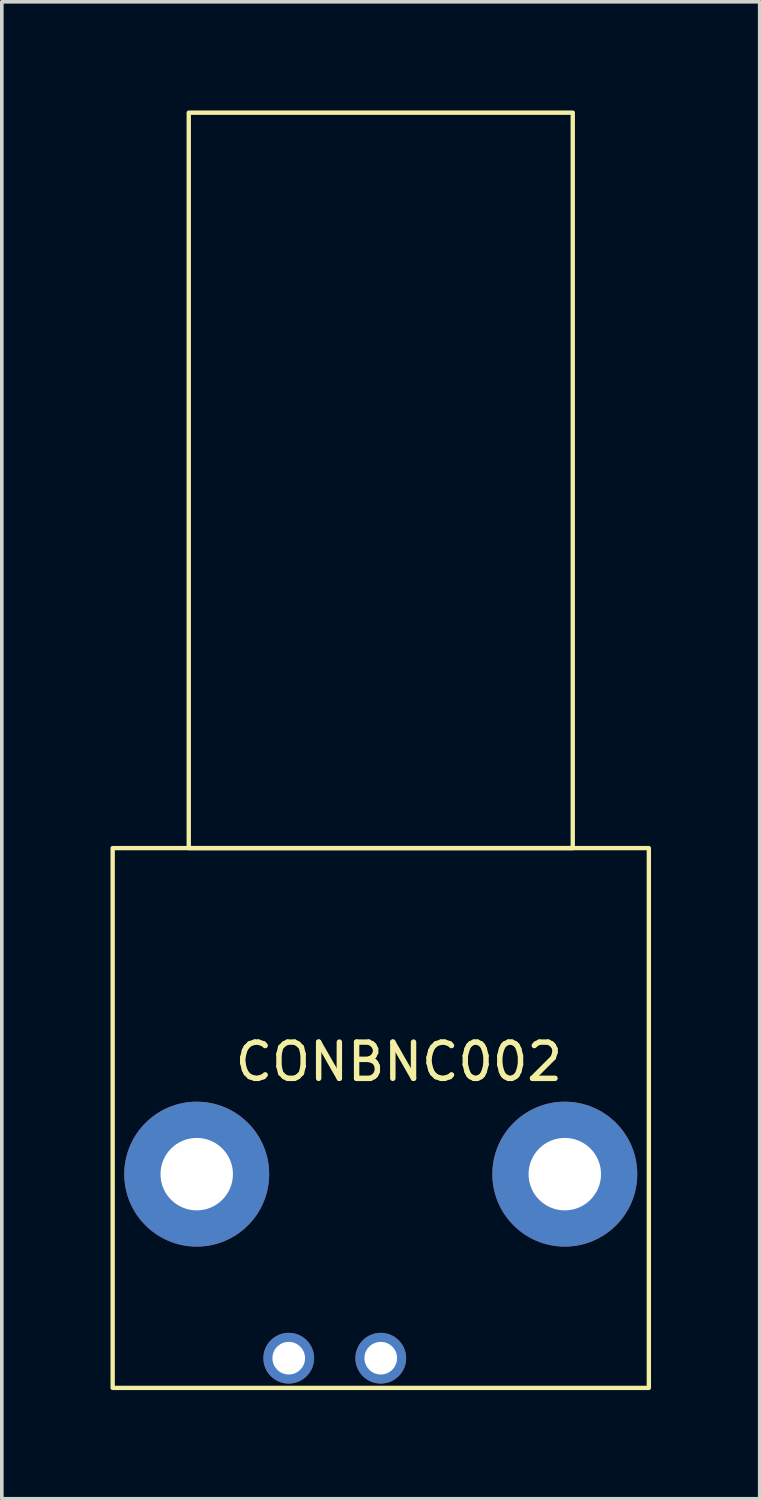
<source format=kicad_pcb>
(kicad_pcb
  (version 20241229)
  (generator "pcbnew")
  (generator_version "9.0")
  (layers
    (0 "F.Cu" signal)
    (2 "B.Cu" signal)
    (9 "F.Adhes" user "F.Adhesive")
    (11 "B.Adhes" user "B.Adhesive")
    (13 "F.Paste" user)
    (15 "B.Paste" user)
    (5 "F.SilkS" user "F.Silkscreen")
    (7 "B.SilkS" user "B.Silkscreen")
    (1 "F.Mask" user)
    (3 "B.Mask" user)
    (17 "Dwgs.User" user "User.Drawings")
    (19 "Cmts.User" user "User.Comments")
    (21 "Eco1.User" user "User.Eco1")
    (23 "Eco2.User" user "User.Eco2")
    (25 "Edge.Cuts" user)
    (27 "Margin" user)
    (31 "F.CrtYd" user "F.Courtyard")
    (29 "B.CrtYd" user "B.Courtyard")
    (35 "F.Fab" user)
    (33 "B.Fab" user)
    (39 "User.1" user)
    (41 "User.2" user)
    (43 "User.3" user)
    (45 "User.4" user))
  (footprint "CONBNC002"
    (layer "F.Cu")
    (at 7.46 29.36)
    (property "Reference" "CONBNC002" (at 0.5 -3.1 0) (unlocked yes) (layer "F.SilkS") (effects (font (size 1 1) (thickness 0.15))))
    (attr through_hole)
    (fp_rect (start -7.4 -9) (end 7.4 5.9) (stroke (width 0.12) (type solid)) (fill no) (layer "F.SilkS"))
    (fp_rect (start -5.3 -9) (end 5.3 -29.3) (stroke (width 0.12) (type solid)) (fill no) (layer "F.SilkS"))
    (pad "1" thru_hole circle (at 0 5.08 90) (size 1.4 1.4) (drill 0.9) (layers "*.Cu" "*.Mask"))
    (pad "2" thru_hole circle (at -2.54 5.08 90) (size 1.4 1.4) (drill 0.9) (layers "*.Cu" "*.Mask"))
    (pad "~" thru_hole circle (at -5.08 0 90) (size 4 4) (drill 2) (layers "*.Cu" "*.Mask"))
    (pad "~" thru_hole circle (at 5.08 0 90) (size 4 4) (drill 2) (layers "*.Cu" "*.Mask")))
  (gr_rect
    (start -3 -3)
    (end 17.92 38.32)
    (stroke (width 0.1) (type default))
    (fill no)
    (layer "Edge.Cuts")))
</source>
